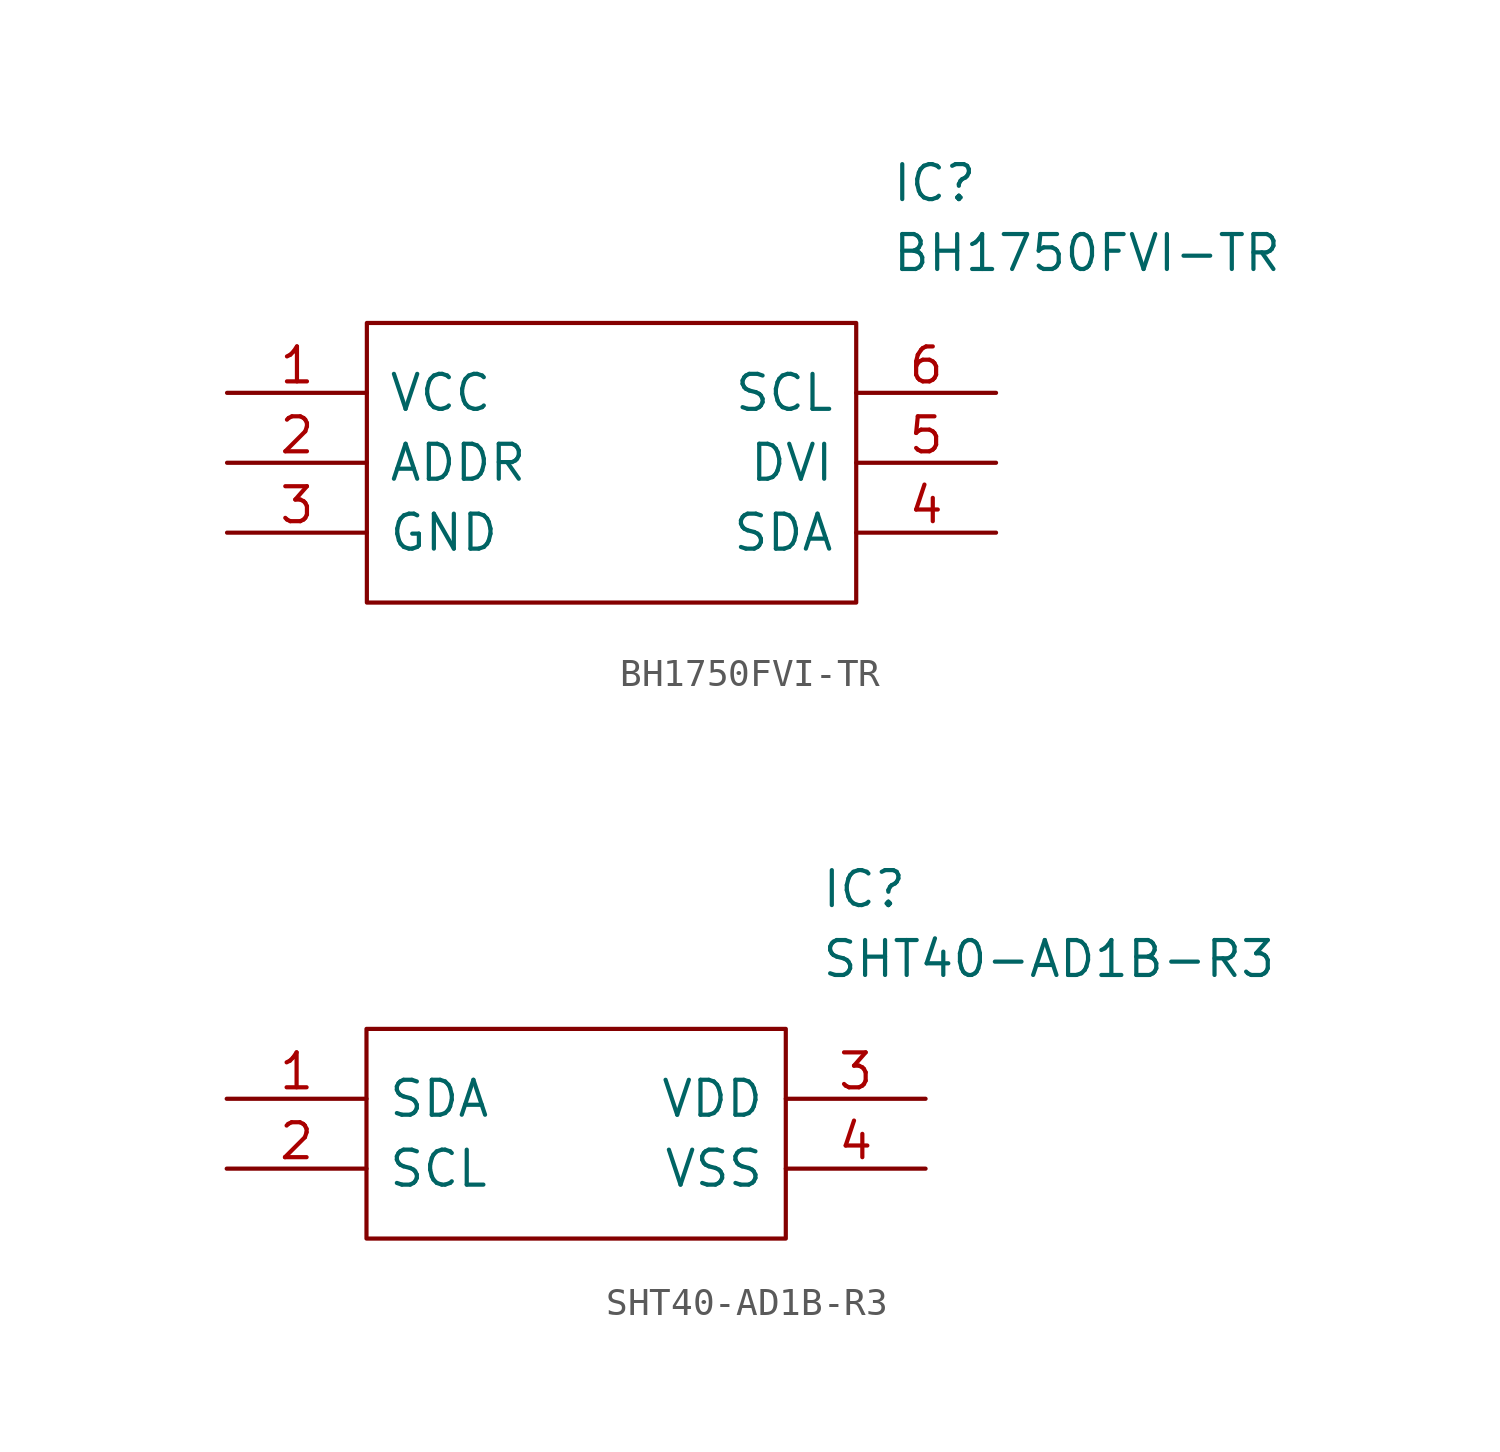
<source format=kicad_sym>
(kicad_symbol_lib
  (version 20211014)
  (generator kicad_symbol_editor)
  (symbol "BH1750FVI-TR"
    (pin_names
      (offset 0.762))
    (property "Reference" "IC"
      (at 24.13 7.62 0)
      (effects (font (size 1.27 1.27)) (justify left)))
    (property "Value" "BH1750FVI-TR"
      (at 24.13 5.08 0)
      (effects (font (size 1.27 1.27)) (justify left)))
    (symbol "BH1750FVI-TR_0_0"
      (pin passive line (at 0 0 0) (length 5.08) (name "VCC" (effects (font (size 1.27 1.27)))) (number "1" (effects (font (size 1.27 1.27)))))
      (pin passive line (at 0 -2.54 0) (length 5.08) (name "ADDR" (effects (font (size 1.27 1.27)))) (number "2" (effects (font (size 1.27 1.27)))))
      (pin passive line (at 0 -5.08 0) (length 5.08) (name "GND" (effects (font (size 1.27 1.27)))) (number "3" (effects (font (size 1.27 1.27)))))
      (pin passive line (at 27.94 -5.08 180) (length 5.08) (name "SDA" (effects (font (size 1.27 1.27)))) (number "4" (effects (font (size 1.27 1.27)))))
      (pin passive line (at 27.94 -2.54 180) (length 5.08) (name "DVI" (effects (font (size 1.27 1.27)))) (number "5" (effects (font (size 1.27 1.27)))))
      (pin passive line (at 27.94 0 180) (length 5.08) (name "SCL" (effects (font (size 1.27 1.27)))) (number "6" (effects (font (size 1.27 1.27))))))
    (symbol "BH1750FVI-TR_0_1"
      (polyline (pts (xy 5.08 2.54) (xy 22.86 2.54) (xy 22.86 -7.62) (xy 5.08 -7.62) (xy 5.08 2.54)) (stroke (width 0.152) (type default) (color 0 0 0 0)) (fill (type none)))))
  (symbol "SHT40-AD1B-R3"
    (pin_names
      (offset 0.762))
    (property "Reference" "IC"
      (at 21.59 7.62 0)
      (effects (font (size 1.27 1.27)) (justify left)))
    (property "Value" "SHT40-AD1B-R3"
      (at 21.59 5.08 0)
      (effects (font (size 1.27 1.27)) (justify left)))
    (symbol "SHT40-AD1B-R3_0_0"
      (pin passive line (at 0 0 0) (length 5.08) (name "SDA" (effects (font (size 1.27 1.27)))) (number "1" (effects (font (size 1.27 1.27)))))
      (pin passive line (at 0 -2.54 0) (length 5.08) (name "SCL" (effects (font (size 1.27 1.27)))) (number "2" (effects (font (size 1.27 1.27)))))
      (pin passive line (at 25.4 0 180) (length 5.08) (name "VDD" (effects (font (size 1.27 1.27)))) (number "3" (effects (font (size 1.27 1.27)))))
      (pin passive line (at 25.4 -2.54 180) (length 5.08) (name "VSS" (effects (font (size 1.27 1.27)))) (number "4" (effects (font (size 1.27 1.27))))))
    (symbol "SHT40-AD1B-R3_0_1"
      (polyline (pts (xy 5.08 2.54) (xy 20.32 2.54) (xy 20.32 -5.08) (xy 5.08 -5.08) (xy 5.08 2.54)) (stroke (width 0.152) (type default) (color 0 0 0 0)) (fill (type none))))))
</source>
